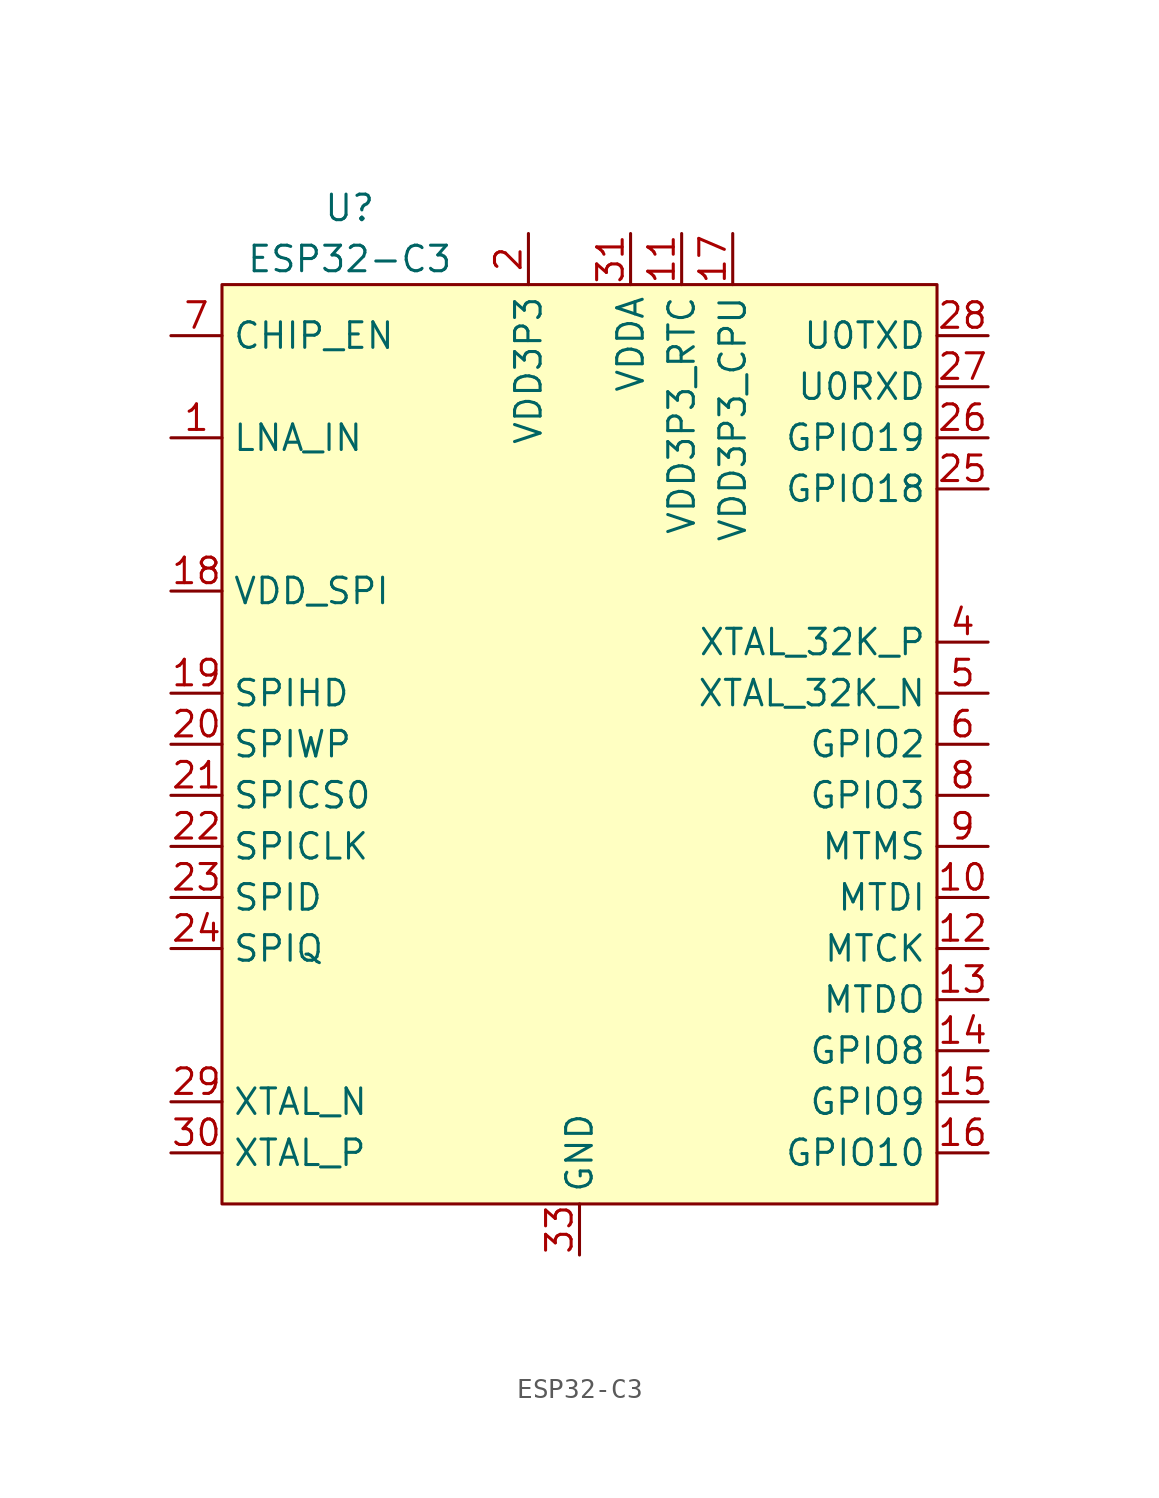
<source format=kicad_sym>
(kicad_symbol_lib
  (version 20211014)
  (generator kicad_symbol_editor)
  (symbol "ESP32-C3"
    (property "Reference" "U"
      (at -11.43 26.67 0)
      (effects (font (size 1.27 1.27))))
    (property "Value" "ESP32-C3"
      (at -11.43 24.13 0)
      (effects (font (size 1.27 1.27))))
    (symbol "ESP32-C3_0_0"
      (pin bidirectional line (at -20.32 15.24 0) (length 2.54) (name "LNA_IN" (effects (font (size 1.27 1.27)))) (number "1" (effects (font (size 1.27 1.27)))))
      (pin bidirectional line (at 20.32 -7.62 180) (length 2.54) (name "MTDI" (effects (font (size 1.27 1.27)))) (number "10" (effects (font (size 1.27 1.27)))))
      (pin power_in line (at 5.08 25.4 270) (length 2.54) (name "VDD3P3_RTC" (effects (font (size 1.27 1.27)))) (number "11" (effects (font (size 1.27 1.27)))))
      (pin bidirectional line (at 20.32 -10.16 180) (length 2.54) (name "MTCK" (effects (font (size 1.27 1.27)))) (number "12" (effects (font (size 1.27 1.27)))))
      (pin bidirectional line (at 20.32 -12.7 180) (length 2.54) (name "MTDO" (effects (font (size 1.27 1.27)))) (number "13" (effects (font (size 1.27 1.27)))))
      (pin bidirectional line (at 20.32 -15.24 180) (length 2.54) (name "GPIO8" (effects (font (size 1.27 1.27)))) (number "14" (effects (font (size 1.27 1.27)))))
      (pin bidirectional line (at 20.32 -17.78 180) (length 2.54) (name "GPIO9" (effects (font (size 1.27 1.27)))) (number "15" (effects (font (size 1.27 1.27)))))
      (pin bidirectional line (at 20.32 -20.32 180) (length 2.54) (name "GPIO10" (effects (font (size 1.27 1.27)))) (number "16" (effects (font (size 1.27 1.27)))))
      (pin power_in line (at 7.62 25.4 270) (length 2.54) (name "VDD3P3_CPU" (effects (font (size 1.27 1.27)))) (number "17" (effects (font (size 1.27 1.27)))))
      (pin power_out line (at -20.32 7.62 0) (length 2.54) (name "VDD_SPI" (effects (font (size 1.27 1.27)))) (number "18" (effects (font (size 1.27 1.27)))))
      (pin bidirectional line (at -20.32 2.54 0) (length 2.54) (name "SPIHD" (effects (font (size 1.27 1.27)))) (number "19" (effects (font (size 1.27 1.27)))))
      (pin power_in line (at -2.54 25.4 270) (length 2.54) (name "VDD3P3" (effects (font (size 1.27 1.27)))) (number "2" (effects (font (size 1.27 1.27)))))
      (pin bidirectional line (at -20.32 0 0) (length 2.54) (name "SPIWP" (effects (font (size 1.27 1.27)))) (number "20" (effects (font (size 1.27 1.27)))))
      (pin bidirectional line (at -20.32 -2.54 0) (length 2.54) (name "SPICS0" (effects (font (size 1.27 1.27)))) (number "21" (effects (font (size 1.27 1.27)))))
      (pin bidirectional line (at -20.32 -5.08 0) (length 2.54) (name "SPICLK" (effects (font (size 1.27 1.27)))) (number "22" (effects (font (size 1.27 1.27)))))
      (pin bidirectional line (at -20.32 -7.62 0) (length 2.54) (name "SPID" (effects (font (size 1.27 1.27)))) (number "23" (effects (font (size 1.27 1.27)))))
      (pin bidirectional line (at -20.32 -10.16 0) (length 2.54) (name "SPIQ" (effects (font (size 1.27 1.27)))) (number "24" (effects (font (size 1.27 1.27)))))
      (pin bidirectional line (at 20.32 12.7 180) (length 2.54) (name "GPIO18" (effects (font (size 1.27 1.27)))) (number "25" (effects (font (size 1.27 1.27)))))
      (pin bidirectional line (at 20.32 15.24 180) (length 2.54) (name "GPIO19" (effects (font (size 1.27 1.27)))) (number "26" (effects (font (size 1.27 1.27)))))
      (pin bidirectional line (at 20.32 17.78 180) (length 2.54) (name "U0RXD" (effects (font (size 1.27 1.27)))) (number "27" (effects (font (size 1.27 1.27)))))
      (pin bidirectional line (at 20.32 20.32 180) (length 2.54) (name "U0TXD" (effects (font (size 1.27 1.27)))) (number "28" (effects (font (size 1.27 1.27)))))
      (pin output line (at -20.32 -17.78 0) (length 2.54) (name "XTAL_N" (effects (font (size 1.27 1.27)))) (number "29" (effects (font (size 1.27 1.27)))))
      (pin passive line (at -2.54 25.4 270) (length 2.54) hide (name "VDD3P3" (effects (font (size 1.27 1.27)))) (number "3" (effects (font (size 1.27 1.27)))))
      (pin input line (at -20.32 -20.32 0) (length 2.54) (name "XTAL_P" (effects (font (size 1.27 1.27)))) (number "30" (effects (font (size 1.27 1.27)))))
      (pin power_in line (at 2.54 25.4 270) (length 2.54) (name "VDDA" (effects (font (size 1.27 1.27)))) (number "31" (effects (font (size 1.27 1.27)))))
      (pin passive line (at 2.54 25.4 270) (length 2.54) hide (name "VDDA" (effects (font (size 1.27 1.27)))) (number "32" (effects (font (size 1.27 1.27)))))
      (pin power_in line (at 0 -25.4 90) (length 2.54) (name "GND" (effects (font (size 1.27 1.27)))) (number "33" (effects (font (size 1.27 1.27)))))
      (pin bidirectional line (at 20.32 5.08 180) (length 2.54) (name "XTAL_32K_P" (effects (font (size 1.27 1.27)))) (number "4" (effects (font (size 1.27 1.27)))))
      (pin bidirectional line (at 20.32 2.54 180) (length 2.54) (name "XTAL_32K_N" (effects (font (size 1.27 1.27)))) (number "5" (effects (font (size 1.27 1.27)))))
      (pin bidirectional line (at 20.32 0 180) (length 2.54) (name "GPIO2" (effects (font (size 1.27 1.27)))) (number "6" (effects (font (size 1.27 1.27)))))
      (pin input line (at -20.32 20.32 0) (length 2.54) (name "CHIP_EN" (effects (font (size 1.27 1.27)))) (number "7" (effects (font (size 1.27 1.27)))))
      (pin bidirectional line (at 20.32 -2.54 180) (length 2.54) (name "GPIO3" (effects (font (size 1.27 1.27)))) (number "8" (effects (font (size 1.27 1.27)))))
      (pin bidirectional line (at 20.32 -5.08 180) (length 2.54) (name "MTMS" (effects (font (size 1.27 1.27)))) (number "9" (effects (font (size 1.27 1.27))))))
    (symbol "ESP32-C3_0_1"
      (rectangle (start -17.78 22.86) (end 17.78 -22.86) (stroke (width 0) (type default) (color 0 0 0 0)) (fill (type background))))))
</source>
